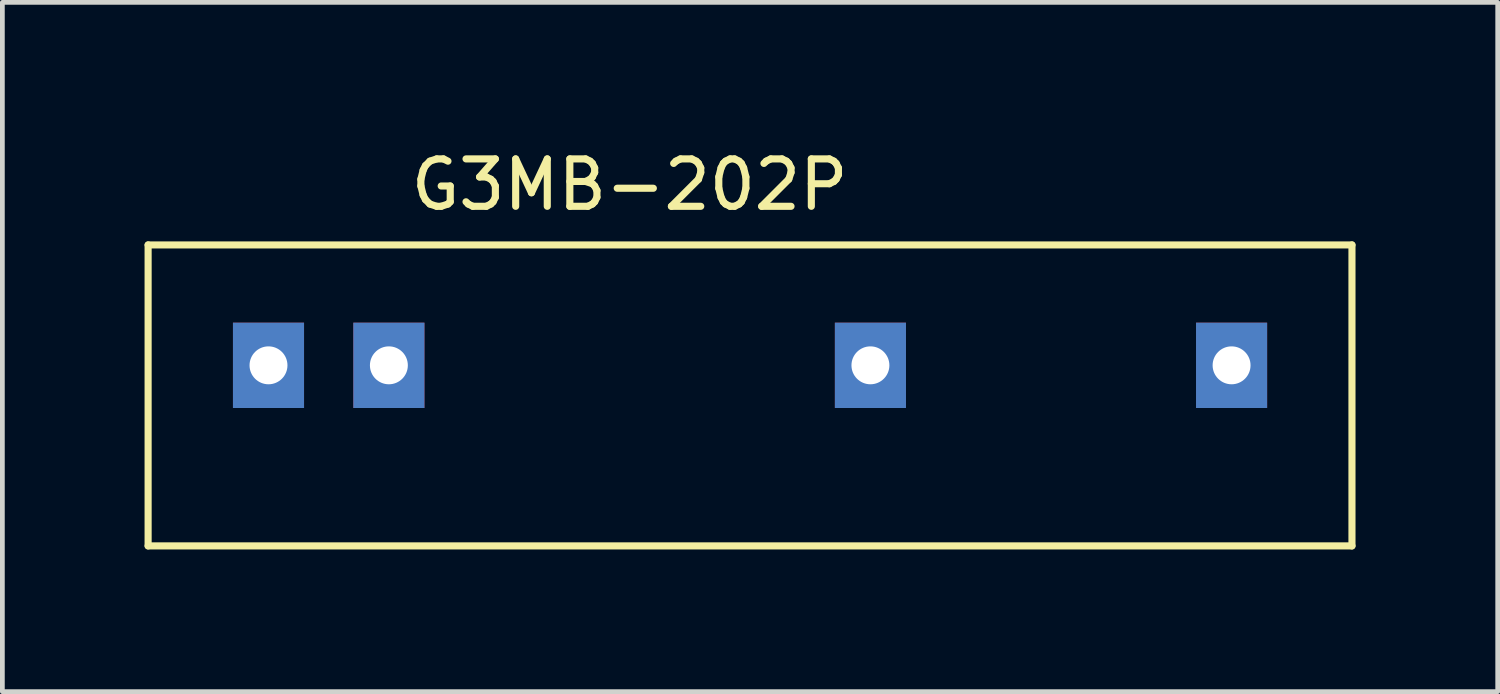
<source format=kicad_pcb>
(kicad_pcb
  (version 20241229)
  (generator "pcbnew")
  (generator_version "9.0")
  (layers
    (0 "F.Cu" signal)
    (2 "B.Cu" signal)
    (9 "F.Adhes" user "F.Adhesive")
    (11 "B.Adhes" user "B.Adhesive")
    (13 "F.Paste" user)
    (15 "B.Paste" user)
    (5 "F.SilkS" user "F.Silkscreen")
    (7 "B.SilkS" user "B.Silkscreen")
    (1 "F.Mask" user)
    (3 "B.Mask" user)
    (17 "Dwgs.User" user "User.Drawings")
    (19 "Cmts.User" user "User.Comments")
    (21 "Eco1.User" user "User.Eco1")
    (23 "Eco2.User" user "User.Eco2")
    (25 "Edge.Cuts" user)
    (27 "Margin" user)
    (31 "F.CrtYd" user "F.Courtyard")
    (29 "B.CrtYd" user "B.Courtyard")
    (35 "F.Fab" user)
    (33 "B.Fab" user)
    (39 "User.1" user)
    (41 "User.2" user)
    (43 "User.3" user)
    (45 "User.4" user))
  (footprint "G3MB-202P"
    (layer "F.Cu")
    (at 7.695 7.198)
    (property "Reference" "G3MB-202P" (at 2.54 -6.35 0) (layer "F.SilkS") (effects (font (size 1 1) (thickness 0.15))))
    (attr through_hole)
    (fp_line (start -7.62 -5.08) (end 17.78 -5.08) (stroke (width 0.15) (type solid)) (layer "F.SilkS"))
    (fp_line (start -7.62 1.27) (end -7.62 -5.08) (stroke (width 0.15) (type solid)) (layer "F.SilkS"))
    (fp_line (start 17.78 -5.08) (end 17.78 1.27) (stroke (width 0.15) (type solid)) (layer "F.SilkS"))
    (fp_line (start 17.78 1.27) (end -7.62 1.27) (stroke (width 0.15) (type solid)) (layer "F.SilkS"))
    (pad "1" thru_hole rect (at 15.24 -2.54) (size 1.5 1.8) (drill 0.8) (layers "*.Cu" "*.Mask"))
    (pad "2" thru_hole rect (at 7.62 -2.54) (size 1.5 1.8) (drill 0.8) (layers "*.Cu" "*.Mask"))
    (pad "3" thru_hole rect (at -2.54 -2.54) (size 1.5 1.8) (drill 0.8) (layers "*.Cu" "*.Mask"))
    (pad "4" thru_hole rect (at -5.08 -2.54) (size 1.5 1.8) (drill 0.8) (layers "*.Cu" "*.Mask")))
  (gr_rect
    (start -3 -3)
    (end 28.55 11.543)
    (stroke (width 0.1) (type default))
    (fill no)
    (layer "Edge.Cuts")))
</source>
